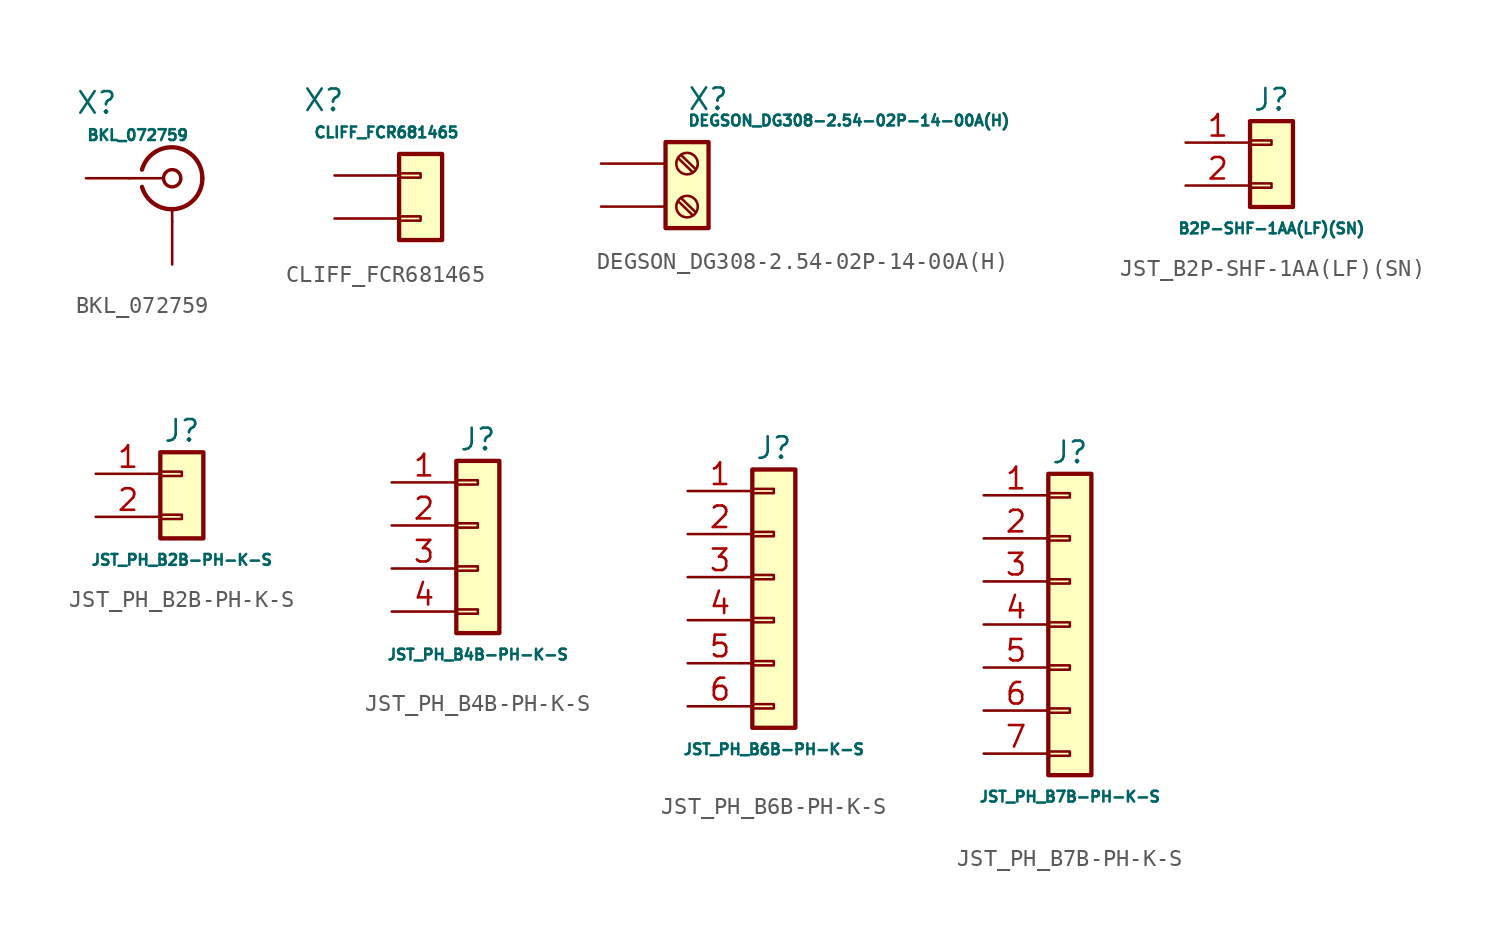
<source format=kicad_sym>
(kicad_symbol_lib
  (version 20220914)
  (generator kicad_symbol_editor)
  (symbol "BKL_072759"
    (pin_numbers hide)
    (pin_names
      (offset 1.016) hide)
    (property "Reference" "X"
      (at -4.445 4.445 0)
      (effects (font (size 1.27 1.27))))
    (property "Value" "BKL_072759"
      (at -5.08 2.54 0)
      (effects (font (size 0.635 0.635)) (justify left)))
    (symbol "BKL_072759_1_1"
      (arc (start -1.778 -0.508) (mid 0.2311 -1.8066) (end 1.778 0) (stroke (width 0.254) (type default)) (fill (type none)))
      (polyline (pts (xy -2.54 0) (xy -0.508 0)) (stroke (width 0) (type default)) (fill (type none)))
      (polyline (pts (xy 0 -2.54) (xy 0 -1.778)) (stroke (width 0) (type default)) (fill (type none)))
      (circle (center 0 0) (radius 0.508) (stroke (width 0.203) (type default)) (fill (type none)))
      (arc (start 1.778 0) (mid 0.2099 1.8101) (end -1.778 0.508) (stroke (width 0.254) (type default)) (fill (type none)))
      (pin passive line (at -5.08 0 0) (length 2.54) (name "In1" (effects (font (size 1.27 1.27)))) (number "1" (effects (font (size 1.27 1.27)))))
      (pin passive line (at 0 -5.08 90) (length 2.54) (name "Ext1" (effects (font (size 1.27 1.27)))) (number "2" (effects (font (size 1.27 1.27)))))))
  (symbol "CLIFF_FCR681465"
    (pin_numbers hide)
    (pin_names
      (offset 1.016) hide)
    (property "Reference" "X"
      (at -4.445 4.445 0)
      (effects (font (size 1.27 1.27))))
    (property "Value" "CLIFF_FCR681465"
      (at -5.08 2.54 0)
      (effects (font (size 0.635 0.635)) (justify left)))
    (symbol "CLIFF_FCR681465_1_1"
      (rectangle (start 0 -2.413) (end 1.27 -2.667) (stroke (width 0.152) (type default)) (fill (type none)))
      (rectangle (start 0 0.127) (end 1.27 -0.127) (stroke (width 0.152) (type default)) (fill (type none)))
      (rectangle (start 0 1.27) (end 2.54 -3.81) (stroke (width 0.254) (type default)) (fill (type background)))
      (pin passive line (at -3.81 0 0) (length 3.81) (name "Pin_1" (effects (font (size 1.27 1.27)))) (number "1" (effects (font (size 1.27 1.27)))))
      (pin passive line (at -3.81 -2.54 0) (length 3.81) (name "Pin_2" (effects (font (size 1.27 1.27)))) (number "2" (effects (font (size 1.27 1.27)))))))
  (symbol "DEGSON_DG308-2.54-02P-14-00A(H)"
    (pin_numbers hide)
    (pin_names
      (offset 1.016) hide)
    (property "Reference" "X"
      (at 0 3.81 0)
      (effects (font (size 1.27 1.27)) (justify left)))
    (property "Value" "DEGSON_DG308-2.54-02P-14-00A(H)"
      (at 0 2.54 0)
      (effects (font (size 0.635 0.635)) (justify left)))
    (symbol "DEGSON_DG308-2.54-02P-14-00A(H)_1_1"
      (rectangle (start -1.27 1.27) (end 1.27 -3.81) (stroke (width 0.254) (type default)) (fill (type background)))
      (circle (center 0 -2.54) (radius 0.635) (stroke (width 0.152) (type default)) (fill (type none)))
      (polyline (pts (xy -0.533 -2.21) (xy 0.33 -3.048)) (stroke (width 0.152) (type default)) (fill (type none)))
      (polyline (pts (xy -0.533 0.33) (xy 0.33 -0.508)) (stroke (width 0.152) (type default)) (fill (type none)))
      (polyline (pts (xy -0.356 -2.032) (xy 0.508 -2.87)) (stroke (width 0.152) (type default)) (fill (type none)))
      (polyline (pts (xy -0.356 0.508) (xy 0.508 -0.33)) (stroke (width 0.152) (type default)) (fill (type none)))
      (circle (center 0 0) (radius 0.635) (stroke (width 0.152) (type default)) (fill (type none)))
      (pin passive line (at -5.08 0 0) (length 3.81) (name "Pin_1" (effects (font (size 1.27 1.27)))) (number "1" (effects (font (size 1.27 1.27)))))
      (pin passive line (at -5.08 -2.54 0) (length 3.81) (name "Pin_1" (effects (font (size 1.27 1.27)))) (number "2" (effects (font (size 1.27 1.27)))))))
  (symbol "JST_B2P-SHF-1AA(LF)(SN)"
    (pin_names
      (offset 1.016) hide)
    (property "Reference" "J"
      (at 0 7.62 0)
      (effects (font (size 1.27 1.27))))
    (property "Value" "B2P-SHF-1AA(LF)(SN)"
      (at 0 0 0)
      (effects (font (size 0.635 0.635))))
    (symbol "JST_B2P-SHF-1AA(LF)(SN)_1_1"
      (rectangle (start -1.27 2.667) (end 0 2.413) (stroke (width 0.152) (type default)) (fill (type none)))
      (rectangle (start -1.27 5.207) (end 0 4.953) (stroke (width 0.152) (type default)) (fill (type none)))
      (rectangle (start -1.27 6.35) (end 1.27 1.27) (stroke (width 0.254) (type default)) (fill (type background)))
      (pin passive line (at -5.08 5.08 0) (length 3.81) (name "Pin_1" (effects (font (size 1.27 1.27)))) (number "1" (effects (font (size 1.27 1.27)))))
      (pin passive line (at -5.08 2.54 0) (length 3.81) (name "Pin_2" (effects (font (size 1.27 1.27)))) (number "2" (effects (font (size 1.27 1.27)))))))
  (symbol "JST_PH_B2B-PH-K-S"
    (pin_names
      (offset 1.016) hide)
    (property "Reference" "J"
      (at 0 7.62 0)
      (effects (font (size 1.27 1.27))))
    (property "Value" "JST_PH_B2B-PH-K-S"
      (at 0 0 0)
      (effects (font (size 0.635 0.635))))
    (symbol "JST_PH_B2B-PH-K-S_1_1"
      (rectangle (start -1.27 2.667) (end 0 2.413) (stroke (width 0.152) (type default)) (fill (type none)))
      (rectangle (start -1.27 5.207) (end 0 4.953) (stroke (width 0.152) (type default)) (fill (type none)))
      (rectangle (start -1.27 6.35) (end 1.27 1.27) (stroke (width 0.254) (type default)) (fill (type background)))
      (pin passive line (at -5.08 5.08 0) (length 3.81) (name "Pin_1" (effects (font (size 1.27 1.27)))) (number "1" (effects (font (size 1.27 1.27)))))
      (pin passive line (at -5.08 2.54 0) (length 3.81) (name "Pin_2" (effects (font (size 1.27 1.27)))) (number "2" (effects (font (size 1.27 1.27)))))))
  (symbol "JST_PH_B4B-PH-K-S"
    (pin_names
      (offset 1.016) hide)
    (property "Reference" "J"
      (at 0 7.62 0)
      (effects (font (size 1.27 1.27))))
    (property "Value" "JST_PH_B4B-PH-K-S"
      (at 0 -5.08 0)
      (effects (font (size 0.635 0.635))))
    (symbol "JST_PH_B4B-PH-K-S_1_1"
      (rectangle (start -1.27 -2.413) (end 0 -2.667) (stroke (width 0.152) (type default)) (fill (type none)))
      (rectangle (start -1.27 0.127) (end 0 -0.127) (stroke (width 0.152) (type default)) (fill (type none)))
      (rectangle (start -1.27 2.667) (end 0 2.413) (stroke (width 0.152) (type default)) (fill (type none)))
      (rectangle (start -1.27 5.207) (end 0 4.953) (stroke (width 0.152) (type default)) (fill (type none)))
      (rectangle (start -1.27 6.35) (end 1.27 -3.81) (stroke (width 0.254) (type default)) (fill (type background)))
      (pin passive line (at -5.08 5.08 0) (length 3.81) (name "Pin_1" (effects (font (size 1.27 1.27)))) (number "1" (effects (font (size 1.27 1.27)))))
      (pin passive line (at -5.08 2.54 0) (length 3.81) (name "Pin_2" (effects (font (size 1.27 1.27)))) (number "2" (effects (font (size 1.27 1.27)))))
      (pin passive line (at -5.08 0 0) (length 3.81) (name "Pin_3" (effects (font (size 1.27 1.27)))) (number "3" (effects (font (size 1.27 1.27)))))
      (pin passive line (at -5.08 -2.54 0) (length 3.81) (name "Pin_4" (effects (font (size 1.27 1.27)))) (number "4" (effects (font (size 1.27 1.27)))))))
  (symbol "JST_PH_B6B-PH-K-S"
    (pin_names
      (offset 1.016) hide)
    (property "Reference" "J"
      (at 0 7.62 0)
      (effects (font (size 1.27 1.27))))
    (property "Value" "JST_PH_B6B-PH-K-S"
      (at 0 -10.16 0)
      (effects (font (size 0.635 0.635))))
    (symbol "JST_PH_B6B-PH-K-S_1_1"
      (rectangle (start -1.27 -7.493) (end 0 -7.747) (stroke (width 0.152) (type default)) (fill (type none)))
      (rectangle (start -1.27 -4.953) (end 0 -5.207) (stroke (width 0.152) (type default)) (fill (type none)))
      (rectangle (start -1.27 -2.413) (end 0 -2.667) (stroke (width 0.152) (type default)) (fill (type none)))
      (rectangle (start -1.27 0.127) (end 0 -0.127) (stroke (width 0.152) (type default)) (fill (type none)))
      (rectangle (start -1.27 2.667) (end 0 2.413) (stroke (width 0.152) (type default)) (fill (type none)))
      (rectangle (start -1.27 5.207) (end 0 4.953) (stroke (width 0.152) (type default)) (fill (type none)))
      (rectangle (start -1.27 6.35) (end 1.27 -8.89) (stroke (width 0.254) (type default)) (fill (type background)))
      (pin passive line (at -5.08 5.08 0) (length 3.81) (name "Pin_1" (effects (font (size 1.27 1.27)))) (number "1" (effects (font (size 1.27 1.27)))))
      (pin passive line (at -5.08 2.54 0) (length 3.81) (name "Pin_2" (effects (font (size 1.27 1.27)))) (number "2" (effects (font (size 1.27 1.27)))))
      (pin passive line (at -5.08 0 0) (length 3.81) (name "Pin_3" (effects (font (size 1.27 1.27)))) (number "3" (effects (font (size 1.27 1.27)))))
      (pin passive line (at -5.08 -2.54 0) (length 3.81) (name "Pin_4" (effects (font (size 1.27 1.27)))) (number "4" (effects (font (size 1.27 1.27)))))
      (pin passive line (at -5.08 -5.08 0) (length 3.81) (name "Pin_5" (effects (font (size 1.27 1.27)))) (number "5" (effects (font (size 1.27 1.27)))))
      (pin passive line (at -5.08 -7.62 0) (length 3.81) (name "Pin_6" (effects (font (size 1.27 1.27)))) (number "6" (effects (font (size 1.27 1.27)))))))
  (symbol "JST_PH_B7B-PH-K-S"
    (pin_names
      (offset 1.016) hide)
    (property "Reference" "J"
      (at 0 7.62 0)
      (effects (font (size 1.27 1.27))))
    (property "Value" "JST_PH_B7B-PH-K-S"
      (at 0 -12.7 0)
      (effects (font (size 0.635 0.635))))
    (symbol "JST_PH_B7B-PH-K-S_1_1"
      (rectangle (start -1.27 -10.033) (end 0 -10.287) (stroke (width 0.152) (type default)) (fill (type none)))
      (rectangle (start -1.27 -7.493) (end 0 -7.747) (stroke (width 0.152) (type default)) (fill (type none)))
      (rectangle (start -1.27 -4.953) (end 0 -5.207) (stroke (width 0.152) (type default)) (fill (type none)))
      (rectangle (start -1.27 -2.413) (end 0 -2.667) (stroke (width 0.152) (type default)) (fill (type none)))
      (rectangle (start -1.27 0.127) (end 0 -0.127) (stroke (width 0.152) (type default)) (fill (type none)))
      (rectangle (start -1.27 2.667) (end 0 2.413) (stroke (width 0.152) (type default)) (fill (type none)))
      (rectangle (start -1.27 5.207) (end 0 4.953) (stroke (width 0.152) (type default)) (fill (type none)))
      (rectangle (start -1.27 6.35) (end 1.27 -11.43) (stroke (width 0.254) (type default)) (fill (type background)))
      (pin passive line (at -5.08 5.08 0) (length 3.81) (name "Pin_1" (effects (font (size 1.27 1.27)))) (number "1" (effects (font (size 1.27 1.27)))))
      (pin passive line (at -5.08 2.54 0) (length 3.81) (name "Pin_2" (effects (font (size 1.27 1.27)))) (number "2" (effects (font (size 1.27 1.27)))))
      (pin passive line (at -5.08 0 0) (length 3.81) (name "Pin_3" (effects (font (size 1.27 1.27)))) (number "3" (effects (font (size 1.27 1.27)))))
      (pin passive line (at -5.08 -2.54 0) (length 3.81) (name "Pin_4" (effects (font (size 1.27 1.27)))) (number "4" (effects (font (size 1.27 1.27)))))
      (pin passive line (at -5.08 -5.08 0) (length 3.81) (name "Pin_5" (effects (font (size 1.27 1.27)))) (number "5" (effects (font (size 1.27 1.27)))))
      (pin passive line (at -5.08 -7.62 0) (length 3.81) (name "Pin_6" (effects (font (size 1.27 1.27)))) (number "6" (effects (font (size 1.27 1.27)))))
      (pin passive line (at -5.08 -10.16 0) (length 3.81) (name "Pin_7" (effects (font (size 1.27 1.27)))) (number "7" (effects (font (size 1.27 1.27))))))))
</source>
